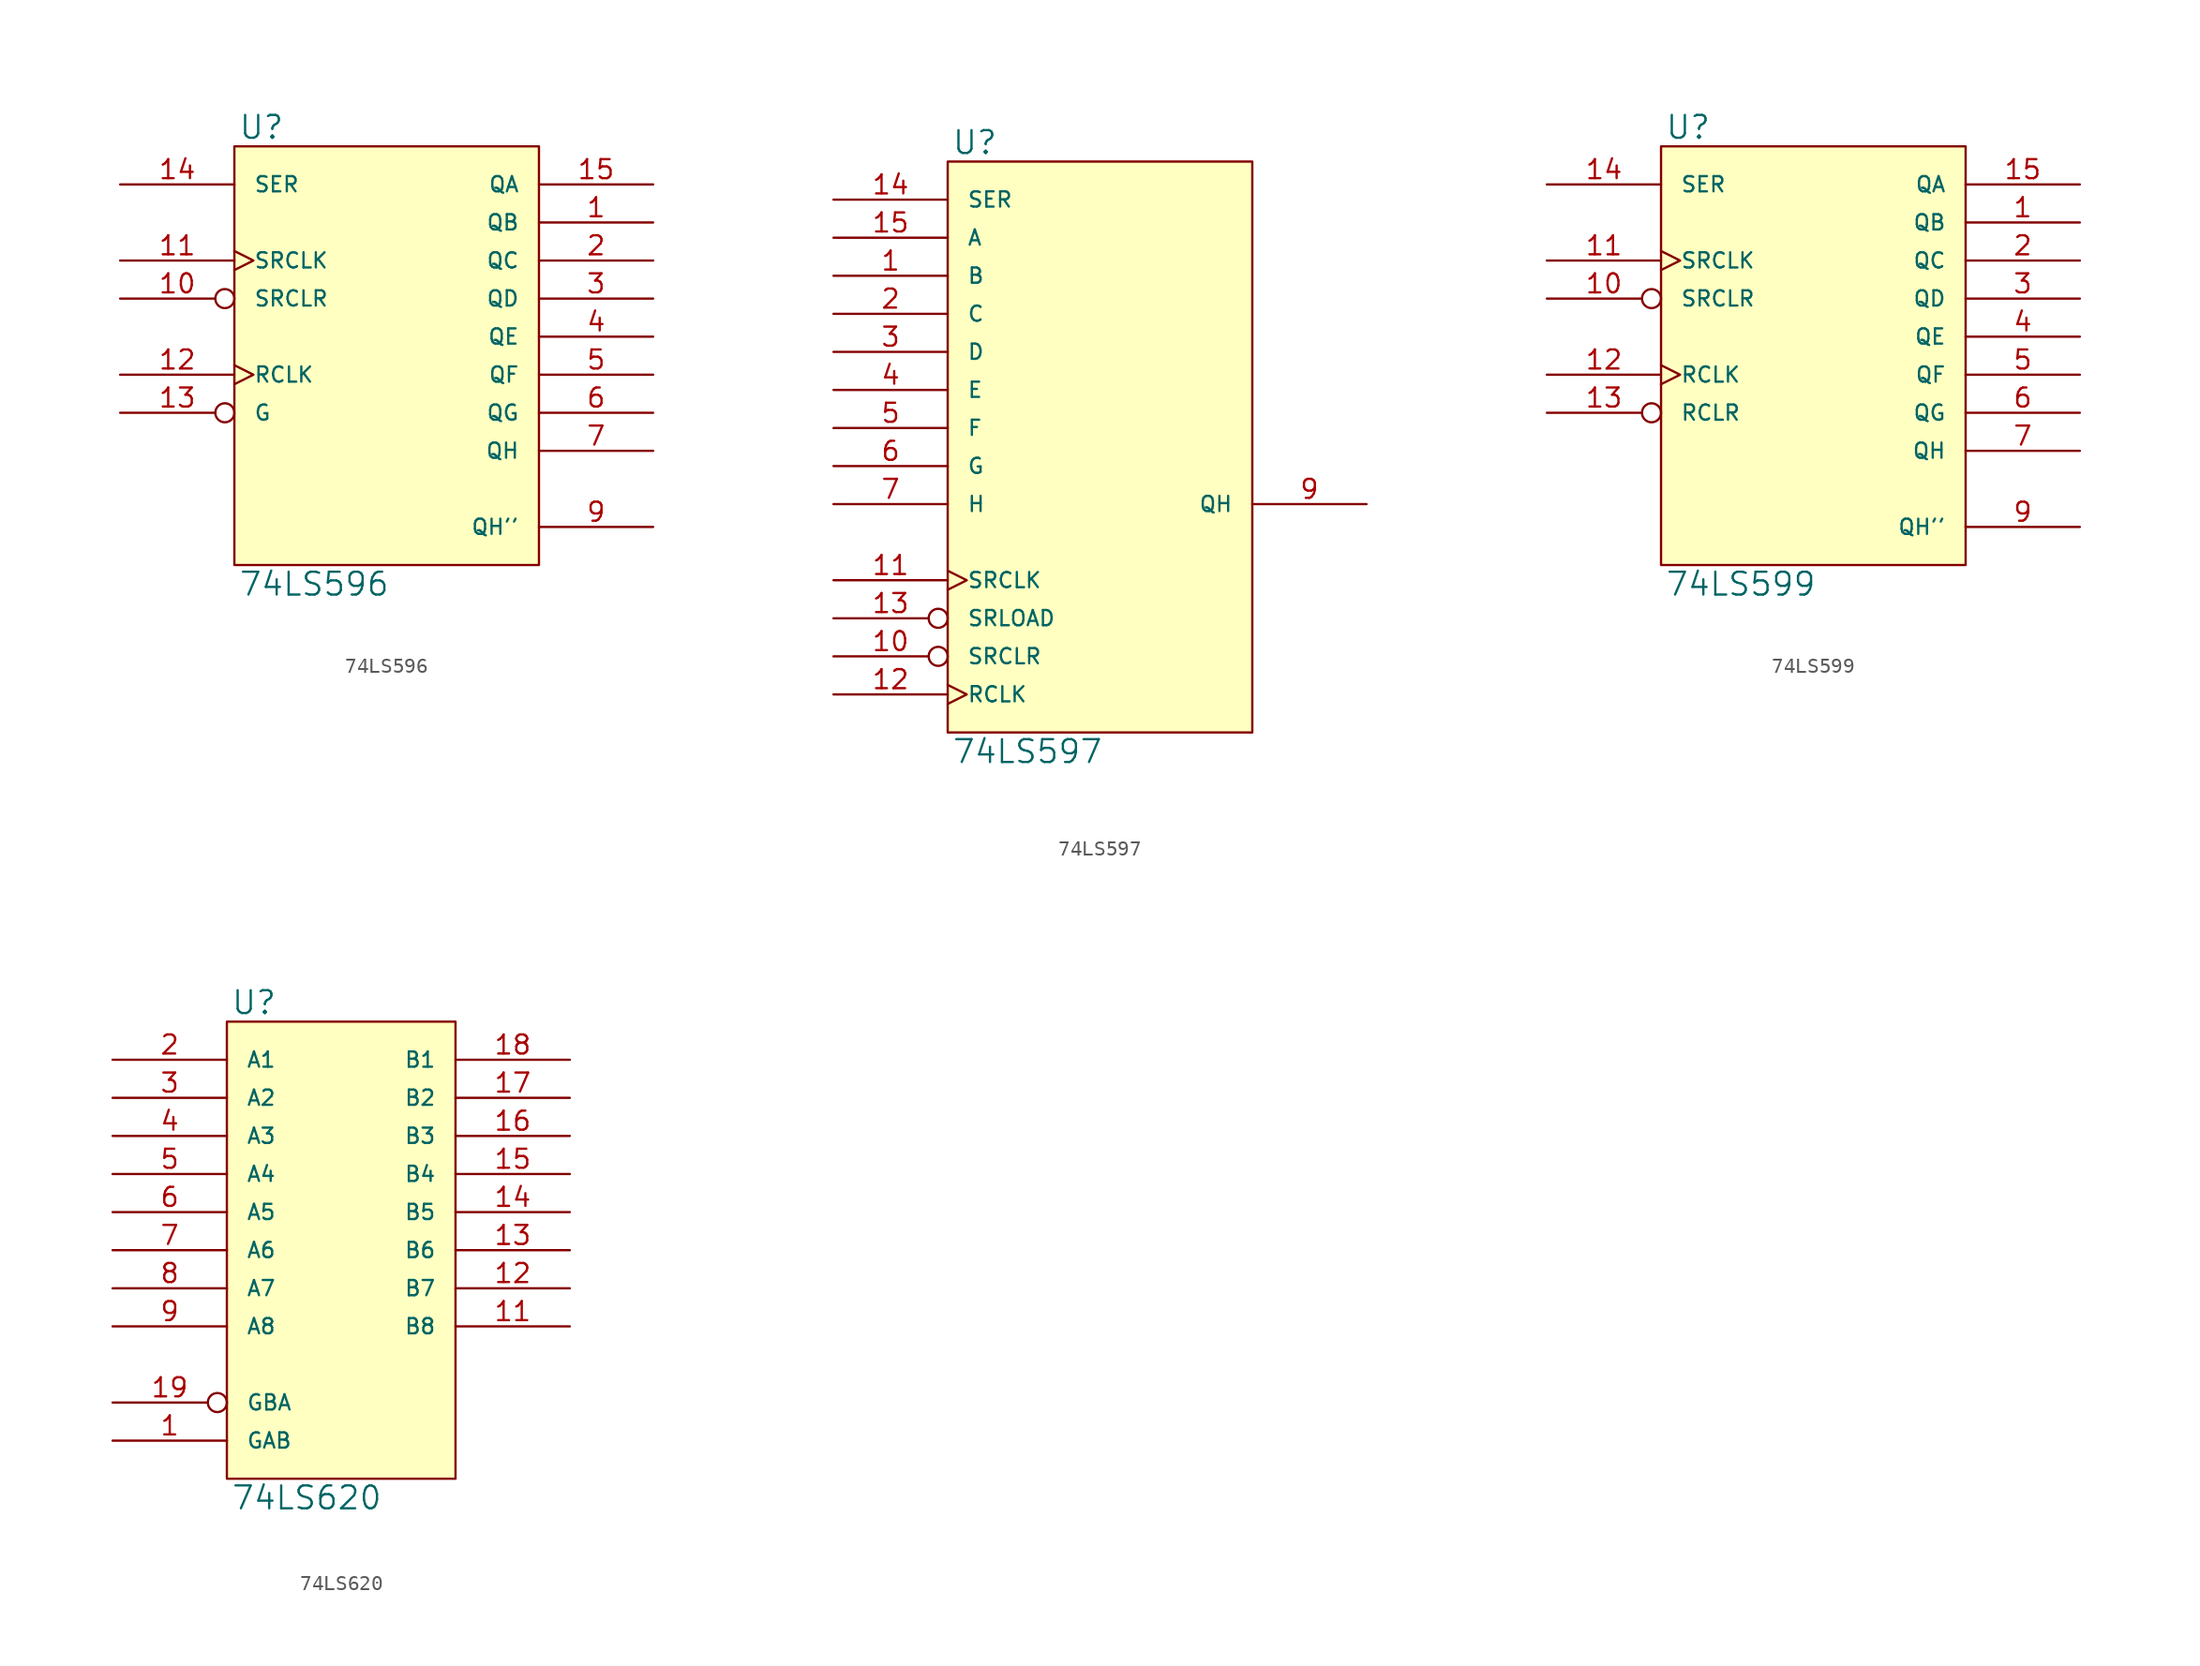
<source format=kicad_sym>
(kicad_symbol_lib
  (version 20231120)
  (generator "kicad_symbol_editor")
  (generator_version "8.0")
  (symbol "74LS596"
    (pin_names
      (offset 1.27))
    (property "Reference" "U"
      (at 0.254 0.381 0)
      (effects (font (size 1.524 1.524)) (justify left bottom)))
    (property "Value" "74LS596"
      (at 0.254 -28.321 0)
      (effects (font (size 1.524 1.524)) (justify left top)))
    (symbol "74LS596_0_1"
      (rectangle (start 0 0) (end 20.32 -27.94) (stroke (width 0) (type solid)) (fill (type background))))
    (symbol "74LS596_1_1"
      (pin open_collector line (at 27.94 -5.08 180) (length 7.62) (name "QB" (effects (font (size 1.016 1.016)))) (number "1" (effects (font (size 1.27 1.27)))))
      (pin input inverted (at -7.62 -10.16 0) (length 7.62) (name "SRCLR" (effects (font (size 1.016 1.016)))) (number "10" (effects (font (size 1.27 1.27)))))
      (pin input clock (at -7.62 -7.62 0) (length 7.62) (name "SRCLK" (effects (font (size 1.016 1.016)))) (number "11" (effects (font (size 1.27 1.27)))))
      (pin input clock (at -7.62 -15.24 0) (length 7.62) (name "RCLK" (effects (font (size 1.016 1.016)))) (number "12" (effects (font (size 1.27 1.27)))))
      (pin input inverted (at -7.62 -17.78 0) (length 7.62) (name "G" (effects (font (size 1.016 1.016)))) (number "13" (effects (font (size 1.27 1.27)))))
      (pin input line (at -7.62 -2.54 0) (length 7.62) (name "SER" (effects (font (size 1.016 1.016)))) (number "14" (effects (font (size 1.27 1.27)))))
      (pin open_collector line (at 27.94 -2.54 180) (length 7.62) (name "QA" (effects (font (size 1.016 1.016)))) (number "15" (effects (font (size 1.27 1.27)))))
      (pin power_in line (at 0 0 270) (length 0) hide (name "VCC" (effects (font (size 1.016 1.016)))) (number "16" (effects (font (size 1.27 1.27)))))
      (pin open_collector line (at 27.94 -7.62 180) (length 7.62) (name "QC" (effects (font (size 1.016 1.016)))) (number "2" (effects (font (size 1.27 1.27)))))
      (pin open_collector line (at 27.94 -10.16 180) (length 7.62) (name "QD" (effects (font (size 1.016 1.016)))) (number "3" (effects (font (size 1.27 1.27)))))
      (pin open_collector line (at 27.94 -12.7 180) (length 7.62) (name "QE" (effects (font (size 1.016 1.016)))) (number "4" (effects (font (size 1.27 1.27)))))
      (pin open_collector line (at 27.94 -15.24 180) (length 7.62) (name "QF" (effects (font (size 1.016 1.016)))) (number "5" (effects (font (size 1.27 1.27)))))
      (pin open_collector line (at 27.94 -17.78 180) (length 7.62) (name "QG" (effects (font (size 1.016 1.016)))) (number "6" (effects (font (size 1.27 1.27)))))
      (pin open_collector line (at 27.94 -20.32 180) (length 7.62) (name "QH" (effects (font (size 1.016 1.016)))) (number "7" (effects (font (size 1.27 1.27)))))
      (pin power_in line (at 0 -27.94 90) (length 0) hide (name "GND" (effects (font (size 1.016 1.016)))) (number "8" (effects (font (size 1.27 1.27)))))
      (pin output line (at 27.94 -25.4 180) (length 7.62) (name "QH''" (effects (font (size 1.016 1.016)))) (number "9" (effects (font (size 1.27 1.27)))))))
  (symbol "74LS597"
    (pin_names
      (offset 1.27))
    (property "Reference" "U"
      (at 0.254 0.381 0)
      (effects (font (size 1.524 1.524)) (justify left bottom)))
    (property "Value" "74LS597"
      (at 0.254 -38.481 0)
      (effects (font (size 1.524 1.524)) (justify left top)))
    (symbol "74LS597_0_1"
      (rectangle (start 0 0) (end 20.32 -38.1) (stroke (width 0) (type solid)) (fill (type background))))
    (symbol "74LS597_1_1"
      (pin input line (at -7.62 -7.62 0) (length 7.62) (name "B" (effects (font (size 1.016 1.016)))) (number "1" (effects (font (size 1.27 1.27)))))
      (pin input inverted (at -7.62 -33.02 0) (length 7.62) (name "SRCLR" (effects (font (size 1.016 1.016)))) (number "10" (effects (font (size 1.27 1.27)))))
      (pin input clock (at -7.62 -27.94 0) (length 7.62) (name "SRCLK" (effects (font (size 1.016 1.016)))) (number "11" (effects (font (size 1.27 1.27)))))
      (pin input clock (at -7.62 -35.56 0) (length 7.62) (name "RCLK" (effects (font (size 1.016 1.016)))) (number "12" (effects (font (size 1.27 1.27)))))
      (pin input inverted (at -7.62 -30.48 0) (length 7.62) (name "SRLOAD" (effects (font (size 1.016 1.016)))) (number "13" (effects (font (size 1.27 1.27)))))
      (pin input line (at -7.62 -2.54 0) (length 7.62) (name "SER" (effects (font (size 1.016 1.016)))) (number "14" (effects (font (size 1.27 1.27)))))
      (pin input line (at -7.62 -5.08 0) (length 7.62) (name "A" (effects (font (size 1.016 1.016)))) (number "15" (effects (font (size 1.27 1.27)))))
      (pin power_in line (at 0 0 270) (length 0) hide (name "VCC" (effects (font (size 1.016 1.016)))) (number "16" (effects (font (size 1.27 1.27)))))
      (pin input line (at -7.62 -10.16 0) (length 7.62) (name "C" (effects (font (size 1.016 1.016)))) (number "2" (effects (font (size 1.27 1.27)))))
      (pin input line (at -7.62 -12.7 0) (length 7.62) (name "D" (effects (font (size 1.016 1.016)))) (number "3" (effects (font (size 1.27 1.27)))))
      (pin input line (at -7.62 -15.24 0) (length 7.62) (name "E" (effects (font (size 1.016 1.016)))) (number "4" (effects (font (size 1.27 1.27)))))
      (pin input line (at -7.62 -17.78 0) (length 7.62) (name "F" (effects (font (size 1.016 1.016)))) (number "5" (effects (font (size 1.27 1.27)))))
      (pin input line (at -7.62 -20.32 0) (length 7.62) (name "G" (effects (font (size 1.016 1.016)))) (number "6" (effects (font (size 1.27 1.27)))))
      (pin input line (at -7.62 -22.86 0) (length 7.62) (name "H" (effects (font (size 1.016 1.016)))) (number "7" (effects (font (size 1.27 1.27)))))
      (pin power_in line (at 0 -38.1 90) (length 0) hide (name "GND" (effects (font (size 1.016 1.016)))) (number "8" (effects (font (size 1.27 1.27)))))
      (pin output line (at 27.94 -22.86 180) (length 7.62) (name "QH" (effects (font (size 1.016 1.016)))) (number "9" (effects (font (size 1.27 1.27)))))))
  (symbol "74LS599"
    (pin_names
      (offset 1.27))
    (property "Reference" "U"
      (at 0.254 0.381 0)
      (effects (font (size 1.524 1.524)) (justify left bottom)))
    (property "Value" "74LS599"
      (at 0.254 -28.321 0)
      (effects (font (size 1.524 1.524)) (justify left top)))
    (symbol "74LS599_0_1"
      (rectangle (start 0 0) (end 20.32 -27.94) (stroke (width 0) (type solid)) (fill (type background))))
    (symbol "74LS599_1_1"
      (pin open_collector line (at 27.94 -5.08 180) (length 7.62) (name "QB" (effects (font (size 1.016 1.016)))) (number "1" (effects (font (size 1.27 1.27)))))
      (pin input inverted (at -7.62 -10.16 0) (length 7.62) (name "SRCLR" (effects (font (size 1.016 1.016)))) (number "10" (effects (font (size 1.27 1.27)))))
      (pin input clock (at -7.62 -7.62 0) (length 7.62) (name "SRCLK" (effects (font (size 1.016 1.016)))) (number "11" (effects (font (size 1.27 1.27)))))
      (pin input clock (at -7.62 -15.24 0) (length 7.62) (name "RCLK" (effects (font (size 1.016 1.016)))) (number "12" (effects (font (size 1.27 1.27)))))
      (pin input inverted (at -7.62 -17.78 0) (length 7.62) (name "RCLR" (effects (font (size 1.016 1.016)))) (number "13" (effects (font (size 1.27 1.27)))))
      (pin input line (at -7.62 -2.54 0) (length 7.62) (name "SER" (effects (font (size 1.016 1.016)))) (number "14" (effects (font (size 1.27 1.27)))))
      (pin open_collector line (at 27.94 -2.54 180) (length 7.62) (name "QA" (effects (font (size 1.016 1.016)))) (number "15" (effects (font (size 1.27 1.27)))))
      (pin power_in line (at 0 0 270) (length 0) hide (name "VCC" (effects (font (size 1.016 1.016)))) (number "16" (effects (font (size 1.27 1.27)))))
      (pin open_collector line (at 27.94 -7.62 180) (length 7.62) (name "QC" (effects (font (size 1.016 1.016)))) (number "2" (effects (font (size 1.27 1.27)))))
      (pin open_collector line (at 27.94 -10.16 180) (length 7.62) (name "QD" (effects (font (size 1.016 1.016)))) (number "3" (effects (font (size 1.27 1.27)))))
      (pin open_collector line (at 27.94 -12.7 180) (length 7.62) (name "QE" (effects (font (size 1.016 1.016)))) (number "4" (effects (font (size 1.27 1.27)))))
      (pin open_collector line (at 27.94 -15.24 180) (length 7.62) (name "QF" (effects (font (size 1.016 1.016)))) (number "5" (effects (font (size 1.27 1.27)))))
      (pin open_collector line (at 27.94 -17.78 180) (length 7.62) (name "QG" (effects (font (size 1.016 1.016)))) (number "6" (effects (font (size 1.27 1.27)))))
      (pin open_collector line (at 27.94 -20.32 180) (length 7.62) (name "QH" (effects (font (size 1.016 1.016)))) (number "7" (effects (font (size 1.27 1.27)))))
      (pin power_in line (at 0 -27.94 90) (length 0) hide (name "GND" (effects (font (size 1.016 1.016)))) (number "8" (effects (font (size 1.27 1.27)))))
      (pin output line (at 27.94 -25.4 180) (length 7.62) (name "QH''" (effects (font (size 1.016 1.016)))) (number "9" (effects (font (size 1.27 1.27)))))))
  (symbol "74LS620"
    (pin_names
      (offset 1.27))
    (property "Reference" "U"
      (at 0.254 0.381 0)
      (effects (font (size 1.524 1.524)) (justify left bottom)))
    (property "Value" "74LS620"
      (at 0.254 -30.861 0)
      (effects (font (size 1.524 1.524)) (justify left top)))
    (symbol "74LS620_0_1"
      (rectangle (start 0 0) (end 15.24 -30.48) (stroke (width 0) (type solid)) (fill (type background))))
    (symbol "74LS620_1_1"
      (pin input line (at -7.62 -27.94 0) (length 7.62) (name "GAB" (effects (font (size 1.016 1.016)))) (number "1" (effects (font (size 1.27 1.27)))))
      (pin power_in line (at 0 -30.48 90) (length 0) hide (name "GND" (effects (font (size 1.016 1.016)))) (number "10" (effects (font (size 1.27 1.27)))))
      (pin bidirectional line (at 22.86 -20.32 180) (length 7.62) (name "B8" (effects (font (size 1.016 1.016)))) (number "11" (effects (font (size 1.27 1.27)))))
      (pin bidirectional line (at 22.86 -17.78 180) (length 7.62) (name "B7" (effects (font (size 1.016 1.016)))) (number "12" (effects (font (size 1.27 1.27)))))
      (pin bidirectional line (at 22.86 -15.24 180) (length 7.62) (name "B6" (effects (font (size 1.016 1.016)))) (number "13" (effects (font (size 1.27 1.27)))))
      (pin bidirectional line (at 22.86 -12.7 180) (length 7.62) (name "B5" (effects (font (size 1.016 1.016)))) (number "14" (effects (font (size 1.27 1.27)))))
      (pin bidirectional line (at 22.86 -10.16 180) (length 7.62) (name "B4" (effects (font (size 1.016 1.016)))) (number "15" (effects (font (size 1.27 1.27)))))
      (pin bidirectional line (at 22.86 -7.62 180) (length 7.62) (name "B3" (effects (font (size 1.016 1.016)))) (number "16" (effects (font (size 1.27 1.27)))))
      (pin bidirectional line (at 22.86 -5.08 180) (length 7.62) (name "B2" (effects (font (size 1.016 1.016)))) (number "17" (effects (font (size 1.27 1.27)))))
      (pin bidirectional line (at 22.86 -2.54 180) (length 7.62) (name "B1" (effects (font (size 1.016 1.016)))) (number "18" (effects (font (size 1.27 1.27)))))
      (pin input inverted (at -7.62 -25.4 0) (length 7.62) (name "GBA" (effects (font (size 1.016 1.016)))) (number "19" (effects (font (size 1.27 1.27)))))
      (pin bidirectional line (at -7.62 -2.54 0) (length 7.62) (name "A1" (effects (font (size 1.016 1.016)))) (number "2" (effects (font (size 1.27 1.27)))))
      (pin power_in line (at 0 0 270) (length 0) hide (name "VCC" (effects (font (size 1.016 1.016)))) (number "20" (effects (font (size 1.27 1.27)))))
      (pin bidirectional line (at -7.62 -5.08 0) (length 7.62) (name "A2" (effects (font (size 1.016 1.016)))) (number "3" (effects (font (size 1.27 1.27)))))
      (pin bidirectional line (at -7.62 -7.62 0) (length 7.62) (name "A3" (effects (font (size 1.016 1.016)))) (number "4" (effects (font (size 1.27 1.27)))))
      (pin bidirectional line (at -7.62 -10.16 0) (length 7.62) (name "A4" (effects (font (size 1.016 1.016)))) (number "5" (effects (font (size 1.27 1.27)))))
      (pin bidirectional line (at -7.62 -12.7 0) (length 7.62) (name "A5" (effects (font (size 1.016 1.016)))) (number "6" (effects (font (size 1.27 1.27)))))
      (pin bidirectional line (at -7.62 -15.24 0) (length 7.62) (name "A6" (effects (font (size 1.016 1.016)))) (number "7" (effects (font (size 1.27 1.27)))))
      (pin bidirectional line (at -7.62 -17.78 0) (length 7.62) (name "A7" (effects (font (size 1.016 1.016)))) (number "8" (effects (font (size 1.27 1.27)))))
      (pin bidirectional line (at -7.62 -20.32 0) (length 7.62) (name "A8" (effects (font (size 1.016 1.016)))) (number "9" (effects (font (size 1.27 1.27))))))))
</source>
